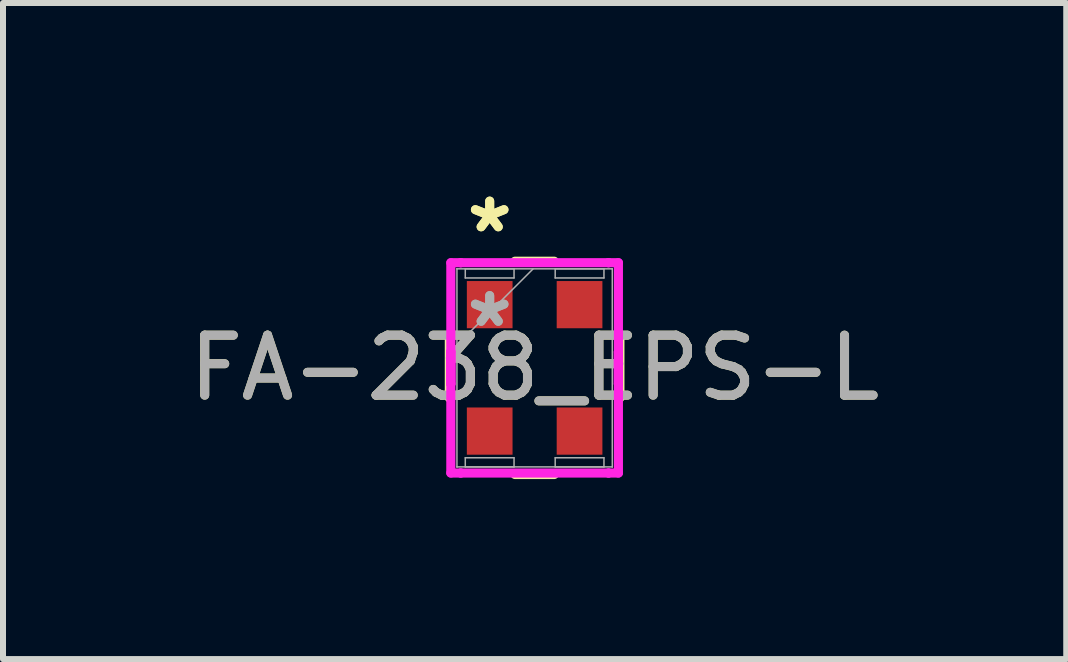
<source format=kicad_pcb>
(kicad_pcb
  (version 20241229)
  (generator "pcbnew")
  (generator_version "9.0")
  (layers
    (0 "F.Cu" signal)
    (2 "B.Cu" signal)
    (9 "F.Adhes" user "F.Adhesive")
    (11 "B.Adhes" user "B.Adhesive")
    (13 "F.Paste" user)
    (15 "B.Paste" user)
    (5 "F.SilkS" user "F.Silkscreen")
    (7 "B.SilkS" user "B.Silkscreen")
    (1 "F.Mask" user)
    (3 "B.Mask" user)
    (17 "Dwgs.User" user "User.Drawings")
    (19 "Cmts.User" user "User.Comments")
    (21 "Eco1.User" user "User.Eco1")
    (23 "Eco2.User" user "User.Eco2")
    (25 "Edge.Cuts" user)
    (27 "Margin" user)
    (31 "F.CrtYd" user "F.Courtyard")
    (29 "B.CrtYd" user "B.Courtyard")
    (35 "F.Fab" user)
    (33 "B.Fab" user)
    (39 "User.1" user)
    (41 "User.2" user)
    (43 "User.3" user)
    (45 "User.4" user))
  (footprint "FA-238_EPS-L"
    (layer "F.Cu")
    (at 5.863 3.083)
    (property "Reference" "FA-238_EPS-L" (at 0 0 0) (unlocked yes) (layer "F.SilkS") (effects (font (size 1 1) (thickness 0.15))))
    (attr smd)
    (fp_line (start -1.422 -0.501) (end -1.422 0.501) (stroke (width 0.152) (type solid)) (layer "F.SilkS"))
    (fp_line (start -0.327 1.778) (end 0.327 1.778) (stroke (width 0.152) (type solid)) (layer "F.SilkS"))
    (fp_line (start 0.327 -1.778) (end -0.327 -1.778) (stroke (width 0.152) (type solid)) (layer "F.SilkS"))
    (fp_line (start 1.422 0.501) (end 1.422 -0.501) (stroke (width 0.152) (type solid)) (layer "F.SilkS"))
    (fp_line (start -1.397 -1.753) (end -1.232 -1.753) (stroke (width 0.152) (type solid)) (layer "F.CrtYd"))
    (fp_line (start -1.397 -0.267) (end -1.397 -0.267) (stroke (width 0.152) (type solid)) (layer "F.CrtYd"))
    (fp_line (start -1.397 -0.267) (end -1.397 0.267) (stroke (width 0.152) (type solid)) (layer "F.CrtYd"))
    (fp_line (start -1.397 0.267) (end -1.397 -1.753) (stroke (width 0.152) (type solid)) (layer "F.CrtYd"))
    (fp_line (start -1.397 0.267) (end -1.397 0.267) (stroke (width 0.152) (type solid)) (layer "F.CrtYd"))
    (fp_line (start -1.397 1.753) (end -1.397 -0.267) (stroke (width 0.152) (type solid)) (layer "F.CrtYd"))
    (fp_line (start -1.232 -1.753) (end -1.232 -1.753) (stroke (width 0.152) (type solid)) (layer "F.CrtYd"))
    (fp_line (start -1.232 -1.753) (end 1.232 -1.753) (stroke (width 0.152) (type solid)) (layer "F.CrtYd"))
    (fp_line (start -1.232 1.753) (end -1.397 1.753) (stroke (width 0.152) (type solid)) (layer "F.CrtYd"))
    (fp_line (start -1.232 1.753) (end -1.232 1.753) (stroke (width 0.152) (type solid)) (layer "F.CrtYd"))
    (fp_line (start 1.232 -1.753) (end 1.232 -1.753) (stroke (width 0.152) (type solid)) (layer "F.CrtYd"))
    (fp_line (start 1.232 -1.753) (end 1.397 -1.753) (stroke (width 0.152) (type solid)) (layer "F.CrtYd"))
    (fp_line (start 1.232 1.753) (end -1.232 1.753) (stroke (width 0.152) (type solid)) (layer "F.CrtYd"))
    (fp_line (start 1.232 1.753) (end 1.232 1.753) (stroke (width 0.152) (type solid)) (layer "F.CrtYd"))
    (fp_line (start 1.397 -1.753) (end 1.397 0.267) (stroke (width 0.152) (type solid)) (layer "F.CrtYd"))
    (fp_line (start 1.397 -0.267) (end 1.397 -0.267) (stroke (width 0.152) (type solid)) (layer "F.CrtYd"))
    (fp_line (start 1.397 -0.267) (end 1.397 1.753) (stroke (width 0.152) (type solid)) (layer "F.CrtYd"))
    (fp_line (start 1.397 0.267) (end 1.397 -0.267) (stroke (width 0.152) (type solid)) (layer "F.CrtYd"))
    (fp_line (start 1.397 0.267) (end 1.397 0.267) (stroke (width 0.152) (type solid)) (layer "F.CrtYd"))
    (fp_line (start 1.397 1.753) (end 1.232 1.753) (stroke (width 0.152) (type solid)) (layer "F.CrtYd"))
    (fp_line (start -1.295 -1.651) (end -1.295 -1.651) (stroke (width 0.025) (type solid)) (layer "F.Fab"))
    (fp_line (start -1.295 -1.651) (end -1.295 1.651) (stroke (width 0.025) (type solid)) (layer "F.Fab"))
    (fp_line (start -1.295 -0.381) (end -0.025 -1.651) (stroke (width 0.025) (type solid)) (layer "F.Fab"))
    (fp_line (start -1.295 1.651) (end -1.295 1.651) (stroke (width 0.025) (type solid)) (layer "F.Fab"))
    (fp_line (start -1.295 1.651) (end 1.295 1.651) (stroke (width 0.025) (type solid)) (layer "F.Fab"))
    (fp_line (start -1.156 -1.651) (end -0.343 -1.651) (stroke (width 0.025) (type solid)) (layer "F.Fab"))
    (fp_line (start -1.156 -1.499) (end -1.156 -1.651) (stroke (width 0.025) (type solid)) (layer "F.Fab"))
    (fp_line (start -1.156 1.499) (end -0.343 1.499) (stroke (width 0.025) (type solid)) (layer "F.Fab"))
    (fp_line (start -1.156 1.651) (end -1.156 1.499) (stroke (width 0.025) (type solid)) (layer "F.Fab"))
    (fp_line (start -0.343 -1.651) (end -0.343 -1.499) (stroke (width 0.025) (type solid)) (layer "F.Fab"))
    (fp_line (start -0.343 -1.499) (end -1.156 -1.499) (stroke (width 0.025) (type solid)) (layer "F.Fab"))
    (fp_line (start -0.343 1.499) (end -0.343 1.651) (stroke (width 0.025) (type solid)) (layer "F.Fab"))
    (fp_line (start -0.343 1.651) (end -1.156 1.651) (stroke (width 0.025) (type solid)) (layer "F.Fab"))
    (fp_line (start 0.343 -1.651) (end 1.156 -1.651) (stroke (width 0.025) (type solid)) (layer "F.Fab"))
    (fp_line (start 0.343 -1.499) (end 0.343 -1.651) (stroke (width 0.025) (type solid)) (layer "F.Fab"))
    (fp_line (start 0.343 1.499) (end 1.156 1.499) (stroke (width 0.025) (type solid)) (layer "F.Fab"))
    (fp_line (start 0.343 1.651) (end 0.343 1.499) (stroke (width 0.025) (type solid)) (layer "F.Fab"))
    (fp_line (start 1.156 -1.651) (end 1.156 -1.499) (stroke (width 0.025) (type solid)) (layer "F.Fab"))
    (fp_line (start 1.156 -1.499) (end 0.343 -1.499) (stroke (width 0.025) (type solid)) (layer "F.Fab"))
    (fp_line (start 1.156 1.499) (end 1.156 1.651) (stroke (width 0.025) (type solid)) (layer "F.Fab"))
    (fp_line (start 1.156 1.651) (end 0.343 1.651) (stroke (width 0.025) (type solid)) (layer "F.Fab"))
    (fp_line (start 1.295 -1.651) (end -1.295 -1.651) (stroke (width 0.025) (type solid)) (layer "F.Fab"))
    (fp_line (start 1.295 -1.651) (end 1.295 -1.651) (stroke (width 0.025) (type solid)) (layer "F.Fab"))
    (fp_line (start 1.295 1.651) (end 1.295 -1.651) (stroke (width 0.025) (type solid)) (layer "F.Fab"))
    (fp_line (start 1.295 1.651) (end 1.295 1.651) (stroke (width 0.025) (type solid)) (layer "F.Fab"))
    (fp_text user "*" (at -0.749 -2.235 0) (layer "F.SilkS") (effects (font (size 1 1) (thickness 0.15))))
    (fp_text user "*" (at -0.749 -2.235 0) (unlocked yes) (layer "F.SilkS") (effects (font (size 1 1) (thickness 0.15))))
    (fp_text user "${REFERENCE}" (at 0 0 0) (unlocked yes) (layer "F.Fab") (effects (font (size 1 1) (thickness 0.15))))
    (fp_text user "*" (at -0.749 -0.66 0) (unlocked yes) (layer "F.Fab") (effects (font (size 1 1) (thickness 0.15))))
    (fp_text user "*" (at -0.749 -0.66 0) (layer "F.Fab") (effects (font (size 1 1) (thickness 0.15))))
    (pad "1" smd rect (at -0.749 -1.054) (size 0.762 0.787) (layers "F.Cu" "F.Mask" "F.Paste"))
    (pad "2" smd rect (at -0.749 1.054) (size 0.762 0.787) (layers "F.Cu" "F.Mask" "F.Paste"))
    (pad "3" smd rect (at 0.749 1.054) (size 0.762 0.787) (layers "F.Cu" "F.Mask" "F.Paste"))
    (pad "4" smd rect (at 0.749 -1.054) (size 0.762 0.787) (layers "F.Cu" "F.Mask" "F.Paste")))
  (gr_rect
    (start -3 -3)
    (end 14.726 7.938)
    (stroke (width 0.1) (type default))
    (fill no)
    (layer "Edge.Cuts")))
</source>
